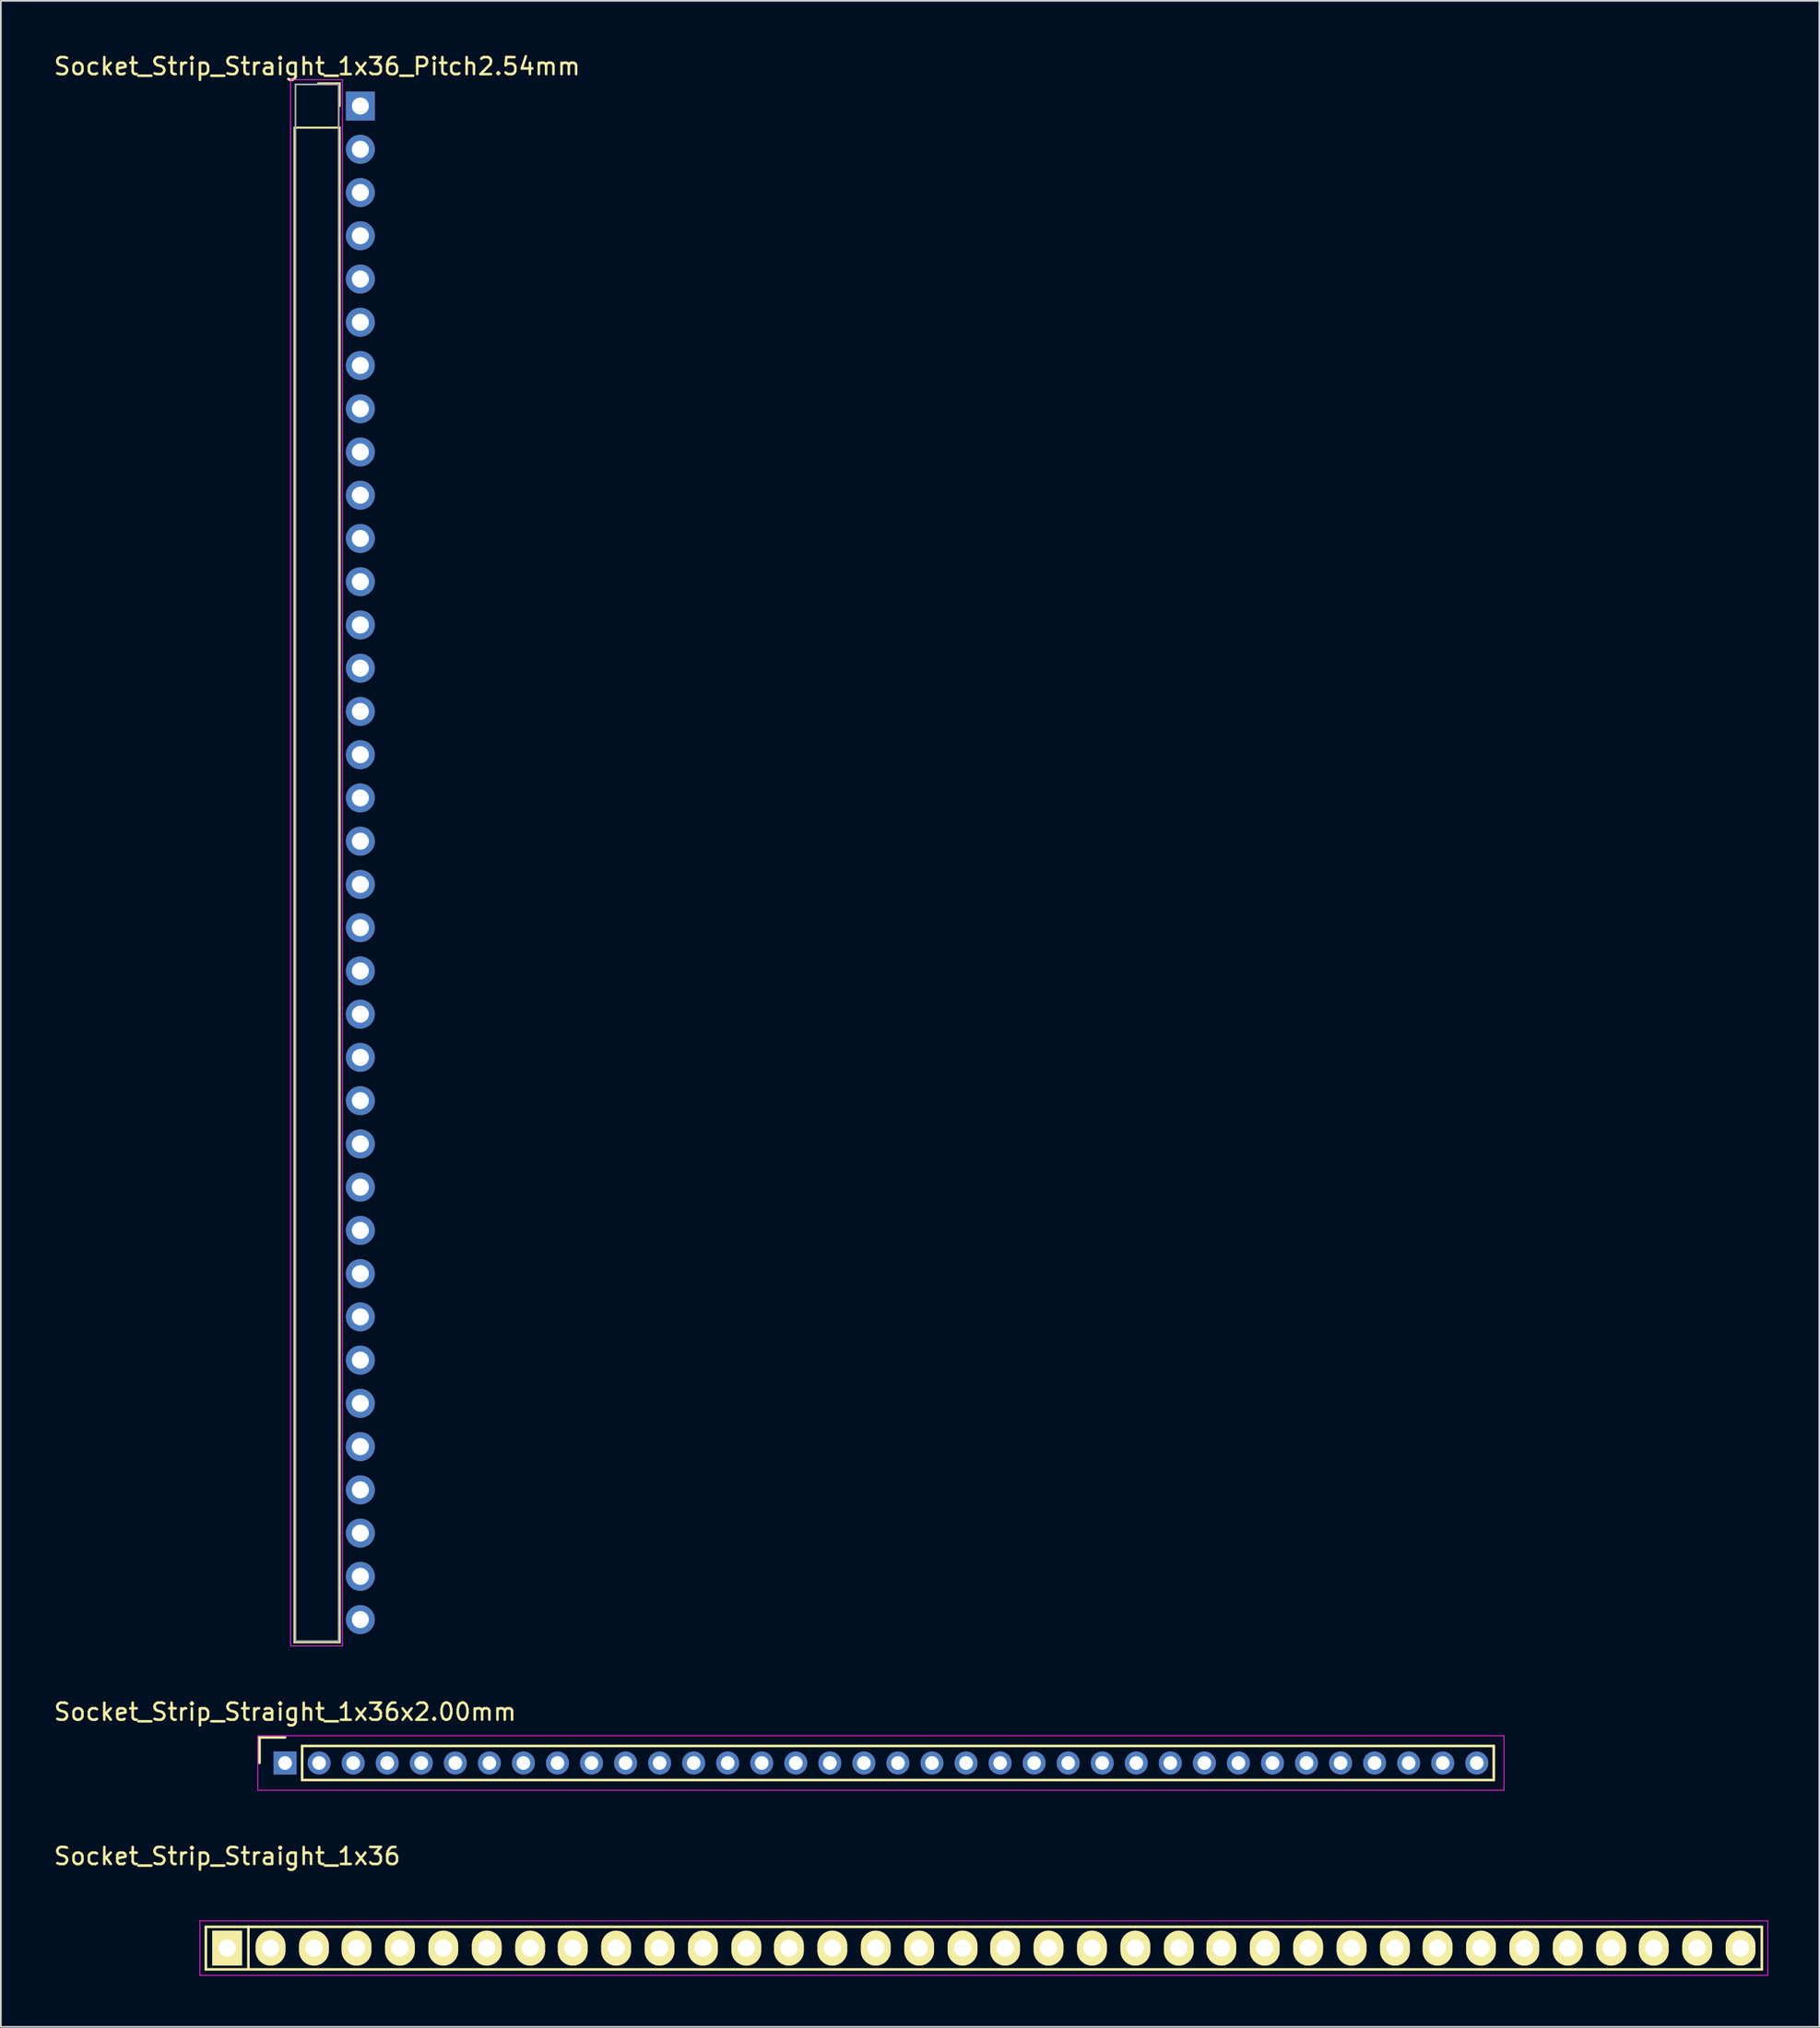
<source format=kicad_pcb>
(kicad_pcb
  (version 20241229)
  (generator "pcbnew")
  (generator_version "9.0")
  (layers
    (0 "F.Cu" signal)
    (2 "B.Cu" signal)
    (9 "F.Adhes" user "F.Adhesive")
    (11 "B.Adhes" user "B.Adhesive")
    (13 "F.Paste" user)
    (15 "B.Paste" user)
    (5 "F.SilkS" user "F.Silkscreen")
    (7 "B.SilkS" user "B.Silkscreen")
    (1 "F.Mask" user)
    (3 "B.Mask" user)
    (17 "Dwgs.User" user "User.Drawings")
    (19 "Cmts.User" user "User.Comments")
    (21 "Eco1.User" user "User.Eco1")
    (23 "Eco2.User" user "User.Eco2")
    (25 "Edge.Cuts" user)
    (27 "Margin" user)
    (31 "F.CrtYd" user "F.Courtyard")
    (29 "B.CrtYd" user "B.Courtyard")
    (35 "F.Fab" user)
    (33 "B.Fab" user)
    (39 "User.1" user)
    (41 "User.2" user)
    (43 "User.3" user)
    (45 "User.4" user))
  (footprint "Socket_Strip_Straight_1x36_Pitch2.54mm"
    (layer "F.Cu")
    (at 18.117 3.178)
    (property "Reference" "Socket_Strip_Straight_1x36_Pitch2.54mm" (at -2.54 -2.33 0) (layer "F.SilkS") (effects (font (size 1 1) (thickness 0.15))))
    (attr through_hole)
    (fp_line (start -3.87 1.27) (end -3.87 90.23) (stroke (width 0.12) (type solid)) (layer "F.SilkS"))
    (fp_line (start -3.87 90.23) (end -1.21 90.23) (stroke (width 0.12) (type solid)) (layer "F.SilkS"))
    (fp_line (start -1.21 -1.33) (end -2.48 -1.33) (stroke (width 0.12) (type solid)) (layer "F.SilkS"))
    (fp_line (start -1.21 0) (end -1.21 -1.33) (stroke (width 0.12) (type solid)) (layer "F.SilkS"))
    (fp_line (start -1.21 1.27) (end -3.87 1.27) (stroke (width 0.12) (type solid)) (layer "F.SilkS"))
    (fp_line (start -1.21 90.23) (end -1.21 1.27) (stroke (width 0.12) (type solid)) (layer "F.SilkS"))
    (fp_line (start -4.1 -1.55) (end -4.1 90.45) (stroke (width 0.05) (type solid)) (layer "F.CrtYd"))
    (fp_line (start -4.1 90.45) (end -1.05 90.45) (stroke (width 0.05) (type solid)) (layer "F.CrtYd"))
    (fp_line (start -1.05 -1.55) (end -4.1 -1.55) (stroke (width 0.05) (type solid)) (layer "F.CrtYd"))
    (fp_line (start -1.05 90.45) (end -1.05 -1.55) (stroke (width 0.05) (type solid)) (layer "F.CrtYd"))
    (fp_line (start -3.81 -1.27) (end -3.81 90.17) (stroke (width 0.1) (type solid)) (layer "F.Fab"))
    (fp_line (start -3.81 90.17) (end -1.27 90.17) (stroke (width 0.1) (type solid)) (layer "F.Fab"))
    (fp_line (start -1.27 -1.27) (end -3.81 -1.27) (stroke (width 0.1) (type solid)) (layer "F.Fab"))
    (fp_line (start -1.27 90.17) (end -1.27 -1.27) (stroke (width 0.1) (type solid)) (layer "F.Fab"))
    (pad "1" thru_hole rect (at 0 0) (size 1.7 1.7) (drill 1) (layers "*.Cu" "*.Mask"))
    (pad "2" thru_hole oval (at 0 2.54) (size 1.7 1.7) (drill 1) (layers "*.Cu" "*.Mask"))
    (pad "3" thru_hole oval (at 0 5.08) (size 1.7 1.7) (drill 1) (layers "*.Cu" "*.Mask"))
    (pad "4" thru_hole oval (at 0 7.62) (size 1.7 1.7) (drill 1) (layers "*.Cu" "*.Mask"))
    (pad "5" thru_hole oval (at 0 10.16) (size 1.7 1.7) (drill 1) (layers "*.Cu" "*.Mask"))
    (pad "6" thru_hole oval (at 0 12.7) (size 1.7 1.7) (drill 1) (layers "*.Cu" "*.Mask"))
    (pad "7" thru_hole oval (at 0 15.24) (size 1.7 1.7) (drill 1) (layers "*.Cu" "*.Mask"))
    (pad "8" thru_hole oval (at 0 17.78) (size 1.7 1.7) (drill 1) (layers "*.Cu" "*.Mask"))
    (pad "9" thru_hole oval (at 0 20.32) (size 1.7 1.7) (drill 1) (layers "*.Cu" "*.Mask"))
    (pad "10" thru_hole oval (at 0 22.86) (size 1.7 1.7) (drill 1) (layers "*.Cu" "*.Mask"))
    (pad "11" thru_hole oval (at 0 25.4) (size 1.7 1.7) (drill 1) (layers "*.Cu" "*.Mask"))
    (pad "12" thru_hole oval (at 0 27.94) (size 1.7 1.7) (drill 1) (layers "*.Cu" "*.Mask"))
    (pad "13" thru_hole oval (at 0 30.48) (size 1.7 1.7) (drill 1) (layers "*.Cu" "*.Mask"))
    (pad "14" thru_hole oval (at 0 33.02) (size 1.7 1.7) (drill 1) (layers "*.Cu" "*.Mask"))
    (pad "15" thru_hole oval (at 0 35.56) (size 1.7 1.7) (drill 1) (layers "*.Cu" "*.Mask"))
    (pad "16" thru_hole oval (at 0 38.1) (size 1.7 1.7) (drill 1) (layers "*.Cu" "*.Mask"))
    (pad "17" thru_hole oval (at 0 40.64) (size 1.7 1.7) (drill 1) (layers "*.Cu" "*.Mask"))
    (pad "18" thru_hole oval (at 0 43.18) (size 1.7 1.7) (drill 1) (layers "*.Cu" "*.Mask"))
    (pad "19" thru_hole oval (at 0 45.72) (size 1.7 1.7) (drill 1) (layers "*.Cu" "*.Mask"))
    (pad "20" thru_hole oval (at 0 48.26) (size 1.7 1.7) (drill 1) (layers "*.Cu" "*.Mask"))
    (pad "21" thru_hole oval (at 0 50.8) (size 1.7 1.7) (drill 1) (layers "*.Cu" "*.Mask"))
    (pad "22" thru_hole oval (at 0 53.34) (size 1.7 1.7) (drill 1) (layers "*.Cu" "*.Mask"))
    (pad "23" thru_hole oval (at 0 55.88) (size 1.7 1.7) (drill 1) (layers "*.Cu" "*.Mask"))
    (pad "24" thru_hole oval (at 0 58.42) (size 1.7 1.7) (drill 1) (layers "*.Cu" "*.Mask"))
    (pad "25" thru_hole oval (at 0 60.96) (size 1.7 1.7) (drill 1) (layers "*.Cu" "*.Mask"))
    (pad "26" thru_hole oval (at 0 63.5) (size 1.7 1.7) (drill 1) (layers "*.Cu" "*.Mask"))
    (pad "27" thru_hole oval (at 0 66.04) (size 1.7 1.7) (drill 1) (layers "*.Cu" "*.Mask"))
    (pad "28" thru_hole oval (at 0 68.58) (size 1.7 1.7) (drill 1) (layers "*.Cu" "*.Mask"))
    (pad "29" thru_hole oval (at 0 71.12) (size 1.7 1.7) (drill 1) (layers "*.Cu" "*.Mask"))
    (pad "30" thru_hole oval (at 0 73.66) (size 1.7 1.7) (drill 1) (layers "*.Cu" "*.Mask"))
    (pad "31" thru_hole oval (at 0 76.2) (size 1.7 1.7) (drill 1) (layers "*.Cu" "*.Mask"))
    (pad "32" thru_hole oval (at 0 78.74) (size 1.7 1.7) (drill 1) (layers "*.Cu" "*.Mask"))
    (pad "33" thru_hole oval (at 0 81.28) (size 1.7 1.7) (drill 1) (layers "*.Cu" "*.Mask"))
    (pad "34" thru_hole oval (at 0 83.82) (size 1.7 1.7) (drill 1) (layers "*.Cu" "*.Mask"))
    (pad "35" thru_hole oval (at 0 86.36) (size 1.7 1.7) (drill 1) (layers "*.Cu" "*.Mask"))
    (pad "36" thru_hole oval (at 0 88.9) (size 1.7 1.7) (drill 1) (layers "*.Cu" "*.Mask")))
  (footprint "Socket_Strip_Straight_1x36x2.00mm"
    (layer "F.Cu")
    (at 13.696 100.501)
    (property "Reference" "Socket_Strip_Straight_1x36x2.00mm" (at 0 -3 0) (layer "F.SilkS") (effects (font (size 1 1) (thickness 0.15))))
    (attr through_hole)
    (fp_line (start -1.5 -1.5) (end -1.5 0) (stroke (width 0.15) (type solid)) (layer "F.SilkS"))
    (fp_line (start 0 -1.5) (end -1.5 -1.5) (stroke (width 0.15) (type solid)) (layer "F.SilkS"))
    (fp_line (start 1 -1) (end 1 1) (stroke (width 0.15) (type solid)) (layer "F.SilkS"))
    (fp_line (start 1 1) (end 71 1) (stroke (width 0.15) (type solid)) (layer "F.SilkS"))
    (fp_line (start 71 -1) (end 1 -1) (stroke (width 0.15) (type solid)) (layer "F.SilkS"))
    (fp_line (start 71 1) (end 71 -1) (stroke (width 0.15) (type solid)) (layer "F.SilkS"))
    (fp_line (start -1.6 -1.6) (end -1.6 1.6) (stroke (width 0.05) (type solid)) (layer "F.CrtYd"))
    (fp_line (start -1.6 1.6) (end 71.6 1.6) (stroke (width 0.05) (type solid)) (layer "F.CrtYd"))
    (fp_line (start 71.6 -1.6) (end -1.6 -1.6) (stroke (width 0.05) (type solid)) (layer "F.CrtYd"))
    (fp_line (start 71.6 1.6) (end 71.6 -1.6) (stroke (width 0.05) (type solid)) (layer "F.CrtYd"))
    (pad "1" thru_hole rect (at 0 0) (size 1.35 1.35) (drill 0.8) (layers "*.Cu" "*.Mask"))
    (pad "2" thru_hole circle (at 2 0) (size 1.35 1.35) (drill 0.8) (layers "*.Cu" "*.Mask"))
    (pad "3" thru_hole circle (at 4 0) (size 1.35 1.35) (drill 0.8) (layers "*.Cu" "*.Mask"))
    (pad "4" thru_hole circle (at 6 0) (size 1.35 1.35) (drill 0.8) (layers "*.Cu" "*.Mask"))
    (pad "5" thru_hole circle (at 8 0) (size 1.35 1.35) (drill 0.8) (layers "*.Cu" "*.Mask"))
    (pad "6" thru_hole circle (at 10 0) (size 1.35 1.35) (drill 0.8) (layers "*.Cu" "*.Mask"))
    (pad "7" thru_hole circle (at 12 0) (size 1.35 1.35) (drill 0.8) (layers "*.Cu" "*.Mask"))
    (pad "8" thru_hole circle (at 14 0) (size 1.35 1.35) (drill 0.8) (layers "*.Cu" "*.Mask"))
    (pad "9" thru_hole circle (at 16 0) (size 1.35 1.35) (drill 0.8) (layers "*.Cu" "*.Mask"))
    (pad "10" thru_hole circle (at 18 0) (size 1.35 1.35) (drill 0.8) (layers "*.Cu" "*.Mask"))
    (pad "11" thru_hole circle (at 20 0) (size 1.35 1.35) (drill 0.8) (layers "*.Cu" "*.Mask"))
    (pad "12" thru_hole circle (at 22 0) (size 1.35 1.35) (drill 0.8) (layers "*.Cu" "*.Mask"))
    (pad "13" thru_hole circle (at 24 0) (size 1.35 1.35) (drill 0.8) (layers "*.Cu" "*.Mask"))
    (pad "14" thru_hole circle (at 26 0) (size 1.35 1.35) (drill 0.8) (layers "*.Cu" "*.Mask"))
    (pad "15" thru_hole circle (at 28 0) (size 1.35 1.35) (drill 0.8) (layers "*.Cu" "*.Mask"))
    (pad "16" thru_hole circle (at 30 0) (size 1.35 1.35) (drill 0.8) (layers "*.Cu" "*.Mask"))
    (pad "17" thru_hole circle (at 32 0) (size 1.35 1.35) (drill 0.8) (layers "*.Cu" "*.Mask"))
    (pad "18" thru_hole circle (at 34 0) (size 1.35 1.35) (drill 0.8) (layers "*.Cu" "*.Mask"))
    (pad "19" thru_hole circle (at 36 0) (size 1.35 1.35) (drill 0.8) (layers "*.Cu" "*.Mask"))
    (pad "20" thru_hole circle (at 38 0) (size 1.35 1.35) (drill 0.8) (layers "*.Cu" "*.Mask"))
    (pad "21" thru_hole circle (at 40 0) (size 1.35 1.35) (drill 0.8) (layers "*.Cu" "*.Mask"))
    (pad "22" thru_hole circle (at 42 0) (size 1.35 1.35) (drill 0.8) (layers "*.Cu" "*.Mask"))
    (pad "23" thru_hole circle (at 44 0) (size 1.35 1.35) (drill 0.8) (layers "*.Cu" "*.Mask"))
    (pad "24" thru_hole circle (at 46 0) (size 1.35 1.35) (drill 0.8) (layers "*.Cu" "*.Mask"))
    (pad "25" thru_hole circle (at 48 0) (size 1.35 1.35) (drill 0.8) (layers "*.Cu" "*.Mask"))
    (pad "26" thru_hole circle (at 50 0) (size 1.35 1.35) (drill 0.8) (layers "*.Cu" "*.Mask"))
    (pad "27" thru_hole circle (at 52 0) (size 1.35 1.35) (drill 0.8) (layers "*.Cu" "*.Mask"))
    (pad "28" thru_hole circle (at 54 0) (size 1.35 1.35) (drill 0.8) (layers "*.Cu" "*.Mask"))
    (pad "29" thru_hole circle (at 56 0) (size 1.35 1.35) (drill 0.8) (layers "*.Cu" "*.Mask"))
    (pad "30" thru_hole circle (at 58 0) (size 1.35 1.35) (drill 0.8) (layers "*.Cu" "*.Mask"))
    (pad "31" thru_hole circle (at 60 0) (size 1.35 1.35) (drill 0.8) (layers "*.Cu" "*.Mask"))
    (pad "32" thru_hole circle (at 62 0) (size 1.35 1.35) (drill 0.8) (layers "*.Cu" "*.Mask"))
    (pad "33" thru_hole circle (at 64 0) (size 1.35 1.35) (drill 0.8) (layers "*.Cu" "*.Mask"))
    (pad "34" thru_hole circle (at 66 0) (size 1.35 1.35) (drill 0.8) (layers "*.Cu" "*.Mask"))
    (pad "35" thru_hole circle (at 68 0) (size 1.35 1.35) (drill 0.8) (layers "*.Cu" "*.Mask"))
    (pad "36" thru_hole circle (at 70 0) (size 1.35 1.35) (drill 0.8) (layers "*.Cu" "*.Mask")))
  (footprint "Socket_Strip_Straight_1x36"
    (layer "F.Cu")
    (at 10.292 111.375)
    (property "Reference" "Socket_Strip_Straight_1x36" (at 0 -5.4 0) (layer "F.SilkS") (effects (font (size 1 1) (thickness 0.15))))
    (attr through_hole)
    (fp_line (start -1.25 -1.25) (end 1.25 -1.25) (stroke (width 0.15) (type solid)) (layer "F.SilkS"))
    (fp_line (start -1.25 1.25) (end -1.25 -1.25) (stroke (width 0.15) (type solid)) (layer "F.SilkS"))
    (fp_line (start -1.25 1.25) (end 1.25 1.25) (stroke (width 0.15) (type solid)) (layer "F.SilkS"))
    (fp_line (start 1.25 -1.25) (end 90.15 -1.25) (stroke (width 0.15) (type solid)) (layer "F.SilkS"))
    (fp_line (start 1.25 1.25) (end 1.25 -1.25) (stroke (width 0.15) (type solid)) (layer "F.SilkS"))
    (fp_line (start 90.15 -1.25) (end 90.15 1.25) (stroke (width 0.15) (type solid)) (layer "F.SilkS"))
    (fp_line (start 90.15 1.25) (end 1.25 1.25) (stroke (width 0.15) (type solid)) (layer "F.SilkS"))
    (fp_line (start -1.6 -1.6) (end -1.6 1.6) (stroke (width 0.05) (type solid)) (layer "F.CrtYd"))
    (fp_line (start -1.6 -1.6) (end 90.5 -1.6) (stroke (width 0.05) (type solid)) (layer "F.CrtYd"))
    (fp_line (start -1.6 1.6) (end 90.5 1.6) (stroke (width 0.05) (type solid)) (layer "F.CrtYd"))
    (fp_line (start 90.5 -1.6) (end 90.5 1.6) (stroke (width 0.05) (type solid)) (layer "F.CrtYd"))
    (pad "1" thru_hole rect (at 0 0) (size 1.75 2.05) (drill 1.016) (layers "*.Cu" "*.Mask" "F.SilkS"))
    (pad "2" thru_hole oval (at 2.55 0) (size 1.75 2.05) (drill 1.016) (layers "*.Cu" "*.Mask" "F.SilkS"))
    (pad "3" thru_hole oval (at 5.1 0) (size 1.75 2.05) (drill 1.016) (layers "*.Cu" "*.Mask" "F.SilkS"))
    (pad "4" thru_hole oval (at 7.6 0) (size 1.75 2.05) (drill 1.016) (layers "*.Cu" "*.Mask" "F.SilkS"))
    (pad "5" thru_hole oval (at 10.15 0) (size 1.75 2.05) (drill 1.016) (layers "*.Cu" "*.Mask" "F.SilkS"))
    (pad "6" thru_hole oval (at 12.7 0) (size 1.75 2.05) (drill 1.016) (layers "*.Cu" "*.Mask" "F.SilkS"))
    (pad "7" thru_hole oval (at 15.25 0) (size 1.75 2.05) (drill 1.016) (layers "*.Cu" "*.Mask" "F.SilkS"))
    (pad "8" thru_hole oval (at 17.8 0) (size 1.75 2.05) (drill 1.016) (layers "*.Cu" "*.Mask" "F.SilkS"))
    (pad "9" thru_hole oval (at 20.3 0) (size 1.75 2.05) (drill 1.016) (layers "*.Cu" "*.Mask" "F.SilkS"))
    (pad "10" thru_hole oval (at 22.85 0) (size 1.75 2.05) (drill 1.016) (layers "*.Cu" "*.Mask" "F.SilkS"))
    (pad "11" thru_hole oval (at 25.4 0) (size 1.75 2.05) (drill 1.016) (layers "*.Cu" "*.Mask" "F.SilkS"))
    (pad "12" thru_hole oval (at 27.95 0) (size 1.75 2.05) (drill 1.016) (layers "*.Cu" "*.Mask" "F.SilkS"))
    (pad "13" thru_hole oval (at 30.5 0) (size 1.75 2.05) (drill 1.016) (layers "*.Cu" "*.Mask" "F.SilkS"))
    (pad "14" thru_hole oval (at 33 0) (size 1.75 2.05) (drill 1.016) (layers "*.Cu" "*.Mask" "F.SilkS"))
    (pad "15" thru_hole oval (at 35.55 0) (size 1.75 2.05) (drill 1.016) (layers "*.Cu" "*.Mask" "F.SilkS"))
    (pad "16" thru_hole oval (at 38.1 0) (size 1.75 2.05) (drill 1.016) (layers "*.Cu" "*.Mask" "F.SilkS"))
    (pad "17" thru_hole oval (at 40.65 0) (size 1.75 2.05) (drill 1.016) (layers "*.Cu" "*.Mask" "F.SilkS"))
    (pad "18" thru_hole oval (at 43.2 0) (size 1.75 2.05) (drill 1.016) (layers "*.Cu" "*.Mask" "F.SilkS"))
    (pad "19" thru_hole oval (at 45.7 0) (size 1.75 2.05) (drill 1.016) (layers "*.Cu" "*.Mask" "F.SilkS"))
    (pad "20" thru_hole oval (at 48.25 0) (size 1.75 2.05) (drill 1.016) (layers "*.Cu" "*.Mask" "F.SilkS"))
    (pad "21" thru_hole oval (at 50.8 0) (size 1.75 2.05) (drill 1.016) (layers "*.Cu" "*.Mask" "F.SilkS"))
    (pad "22" thru_hole oval (at 53.35 0) (size 1.75 2.05) (drill 1.016) (layers "*.Cu" "*.Mask" "F.SilkS"))
    (pad "23" thru_hole oval (at 55.9 0) (size 1.75 2.05) (drill 1.016) (layers "*.Cu" "*.Mask" "F.SilkS"))
    (pad "24" thru_hole oval (at 58.4 0) (size 1.75 2.05) (drill 1.016) (layers "*.Cu" "*.Mask" "F.SilkS"))
    (pad "25" thru_hole oval (at 60.95 0) (size 1.75 2.05) (drill 1.016) (layers "*.Cu" "*.Mask" "F.SilkS"))
    (pad "26" thru_hole oval (at 63.5 0) (size 1.75 2.05) (drill 1.016) (layers "*.Cu" "*.Mask" "F.SilkS"))
    (pad "27" thru_hole oval (at 66.05 0) (size 1.75 2.05) (drill 1.016) (layers "*.Cu" "*.Mask" "F.SilkS"))
    (pad "28" thru_hole oval (at 68.6 0) (size 1.75 2.05) (drill 1.016) (layers "*.Cu" "*.Mask" "F.SilkS"))
    (pad "29" thru_hole oval (at 71.1 0) (size 1.75 2.05) (drill 1.016) (layers "*.Cu" "*.Mask" "F.SilkS"))
    (pad "30" thru_hole oval (at 73.65 0) (size 1.75 2.05) (drill 1.016) (layers "*.Cu" "*.Mask" "F.SilkS"))
    (pad "31" thru_hole oval (at 76.2 0) (size 1.75 2.05) (drill 1.016) (layers "*.Cu" "*.Mask" "F.SilkS"))
    (pad "32" thru_hole oval (at 78.75 0) (size 1.75 2.05) (drill 1.016) (layers "*.Cu" "*.Mask" "F.SilkS"))
    (pad "33" thru_hole oval (at 81.3 0) (size 1.75 2.05) (drill 1.016) (layers "*.Cu" "*.Mask" "F.SilkS"))
    (pad "34" thru_hole oval (at 83.8 0) (size 1.75 2.05) (drill 1.016) (layers "*.Cu" "*.Mask" "F.SilkS"))
    (pad "35" thru_hole oval (at 86.35 0) (size 1.75 2.05) (drill 1.016) (layers "*.Cu" "*.Mask" "F.SilkS"))
    (pad "36" thru_hole oval (at 88.9 0) (size 1.75 2.05) (drill 1.016) (layers "*.Cu" "*.Mask" "F.SilkS")))
  (gr_rect
    (start -3 -3)
    (end 103.817 116)
    (stroke (width 0.1) (type default))
    (fill no)
    (layer "Edge.Cuts")))
</source>
